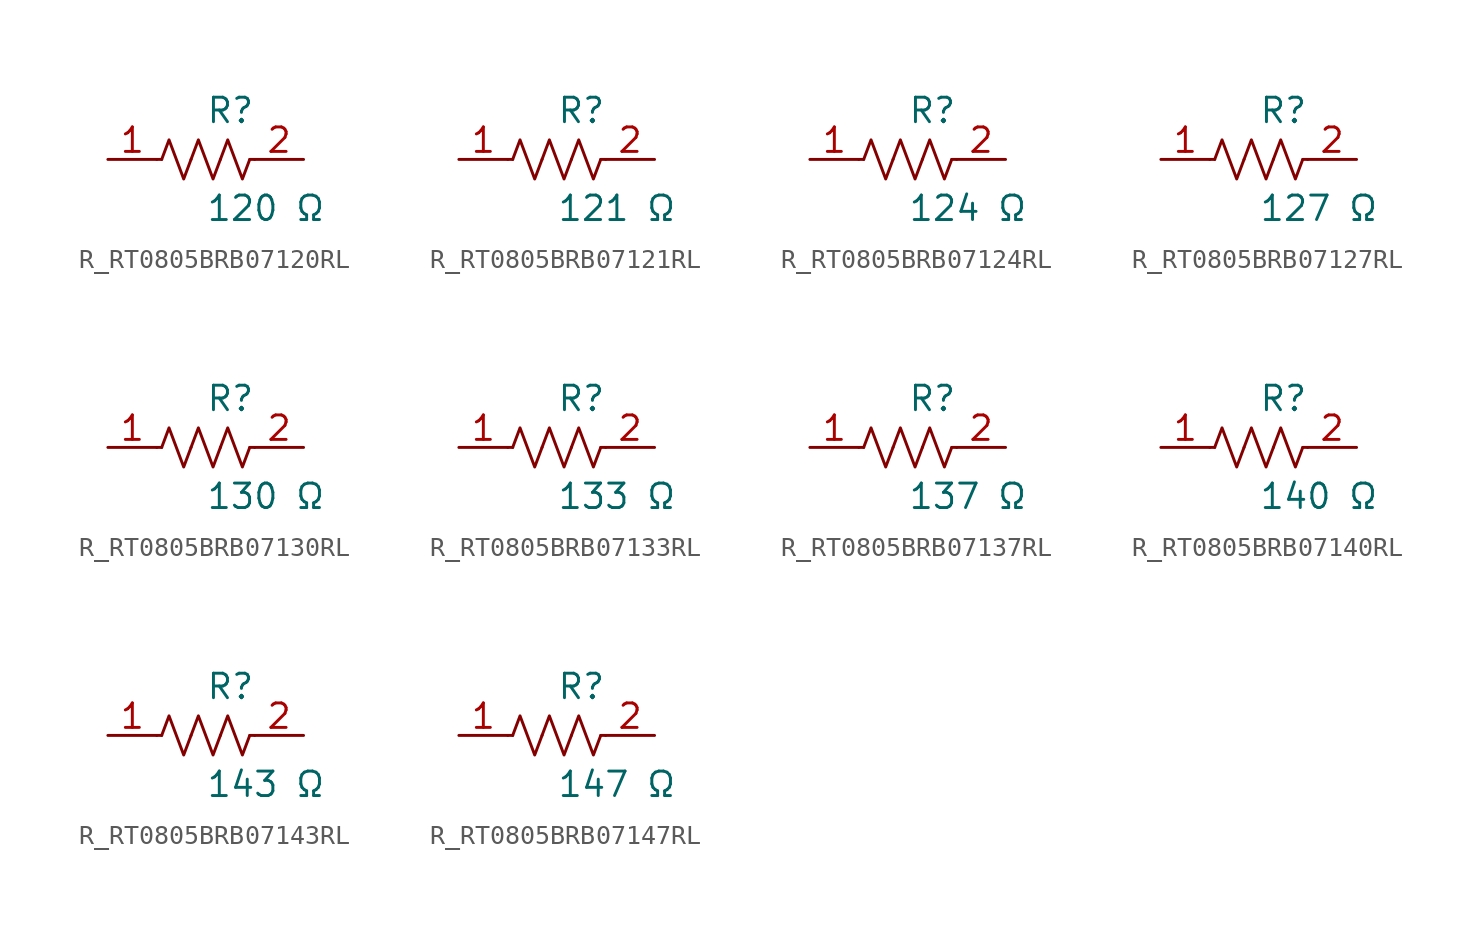
<source format=kicad_sym>
(kicad_symbol_lib
  (version 20231120)
  (generator kicad_symbol_editor)
  (generator_version 8.0)
  (symbol "R_RT0805BRB07120RL"
    (pin_names
      (offset 0.254))
    (property "Reference" "R"
      (at 0.0 2.54 0)
      (effects (font (size 1.27 1.27)) (justify left)))
    (property "Value" "120 Ω"
      (at 0.0 -2.54 0)
      (effects (font (size 1.27 1.27)) (justify left)))
    (symbol "R_RT0805BRB07120RL_0_1"
      (polyline (pts (xy 2.286 0) (xy 2.54 0)) (stroke (width 0) (type default)) (fill (type none)))
      (polyline (pts (xy -2.286 0) (xy -2.54 0)) (stroke (width 0) (type default)) (fill (type none)))
      (polyline (pts (xy 0.762 0) (xy 1.143 1.016) (xy 1.524 0) (xy 1.905 -1.016) (xy 2.286 0)) (stroke (width 0) (type default)) (fill (type none)))
      (polyline (pts (xy -0.762 0) (xy -0.381 1.016) (xy 0 0) (xy 0.381 -1.016) (xy 0.762 0)) (stroke (width 0) (type default)) (fill (type none)))
      (polyline (pts (xy -2.286 0) (xy -1.905 1.016) (xy -1.524 0) (xy -1.143 -1.016) (xy -0.762 0)) (stroke (width 0) (type default)) (fill (type none))))
    (pin unspecified line
      (at -5.08 0 0)
      (length 2.54)
      (name "" (effects (font (size 1.27 1.27))))
      (number "1" (effects (font (size 1.27 1.27)))))
    (pin unspecified line
      (at 5.08 0 180)
      (length 2.54)
      (name "" (effects (font (size 1.27 1.27))))
      (number "2" (effects (font (size 1.27 1.27))))))
  (symbol "R_RT0805BRB07121RL"
    (pin_names
      (offset 0.254))
    (property "Reference" "R"
      (at 0.0 2.54 0)
      (effects (font (size 1.27 1.27)) (justify left)))
    (property "Value" "121 Ω"
      (at 0.0 -2.54 0)
      (effects (font (size 1.27 1.27)) (justify left)))
    (symbol "R_RT0805BRB07121RL_0_1"
      (polyline (pts (xy 2.286 0) (xy 2.54 0)) (stroke (width 0) (type default)) (fill (type none)))
      (polyline (pts (xy -2.286 0) (xy -2.54 0)) (stroke (width 0) (type default)) (fill (type none)))
      (polyline (pts (xy 0.762 0) (xy 1.143 1.016) (xy 1.524 0) (xy 1.905 -1.016) (xy 2.286 0)) (stroke (width 0) (type default)) (fill (type none)))
      (polyline (pts (xy -0.762 0) (xy -0.381 1.016) (xy 0 0) (xy 0.381 -1.016) (xy 0.762 0)) (stroke (width 0) (type default)) (fill (type none)))
      (polyline (pts (xy -2.286 0) (xy -1.905 1.016) (xy -1.524 0) (xy -1.143 -1.016) (xy -0.762 0)) (stroke (width 0) (type default)) (fill (type none))))
    (pin unspecified line
      (at -5.08 0 0)
      (length 2.54)
      (name "" (effects (font (size 1.27 1.27))))
      (number "1" (effects (font (size 1.27 1.27)))))
    (pin unspecified line
      (at 5.08 0 180)
      (length 2.54)
      (name "" (effects (font (size 1.27 1.27))))
      (number "2" (effects (font (size 1.27 1.27))))))
  (symbol "R_RT0805BRB07124RL"
    (pin_names
      (offset 0.254))
    (property "Reference" "R"
      (at 0.0 2.54 0)
      (effects (font (size 1.27 1.27)) (justify left)))
    (property "Value" "124 Ω"
      (at 0.0 -2.54 0)
      (effects (font (size 1.27 1.27)) (justify left)))
    (symbol "R_RT0805BRB07124RL_0_1"
      (polyline (pts (xy 2.286 0) (xy 2.54 0)) (stroke (width 0) (type default)) (fill (type none)))
      (polyline (pts (xy -2.286 0) (xy -2.54 0)) (stroke (width 0) (type default)) (fill (type none)))
      (polyline (pts (xy 0.762 0) (xy 1.143 1.016) (xy 1.524 0) (xy 1.905 -1.016) (xy 2.286 0)) (stroke (width 0) (type default)) (fill (type none)))
      (polyline (pts (xy -0.762 0) (xy -0.381 1.016) (xy 0 0) (xy 0.381 -1.016) (xy 0.762 0)) (stroke (width 0) (type default)) (fill (type none)))
      (polyline (pts (xy -2.286 0) (xy -1.905 1.016) (xy -1.524 0) (xy -1.143 -1.016) (xy -0.762 0)) (stroke (width 0) (type default)) (fill (type none))))
    (pin unspecified line
      (at -5.08 0 0)
      (length 2.54)
      (name "" (effects (font (size 1.27 1.27))))
      (number "1" (effects (font (size 1.27 1.27)))))
    (pin unspecified line
      (at 5.08 0 180)
      (length 2.54)
      (name "" (effects (font (size 1.27 1.27))))
      (number "2" (effects (font (size 1.27 1.27))))))
  (symbol "R_RT0805BRB07127RL"
    (pin_names
      (offset 0.254))
    (property "Reference" "R"
      (at 0.0 2.54 0)
      (effects (font (size 1.27 1.27)) (justify left)))
    (property "Value" "127 Ω"
      (at 0.0 -2.54 0)
      (effects (font (size 1.27 1.27)) (justify left)))
    (symbol "R_RT0805BRB07127RL_0_1"
      (polyline (pts (xy 2.286 0) (xy 2.54 0)) (stroke (width 0) (type default)) (fill (type none)))
      (polyline (pts (xy -2.286 0) (xy -2.54 0)) (stroke (width 0) (type default)) (fill (type none)))
      (polyline (pts (xy 0.762 0) (xy 1.143 1.016) (xy 1.524 0) (xy 1.905 -1.016) (xy 2.286 0)) (stroke (width 0) (type default)) (fill (type none)))
      (polyline (pts (xy -0.762 0) (xy -0.381 1.016) (xy 0 0) (xy 0.381 -1.016) (xy 0.762 0)) (stroke (width 0) (type default)) (fill (type none)))
      (polyline (pts (xy -2.286 0) (xy -1.905 1.016) (xy -1.524 0) (xy -1.143 -1.016) (xy -0.762 0)) (stroke (width 0) (type default)) (fill (type none))))
    (pin unspecified line
      (at -5.08 0 0)
      (length 2.54)
      (name "" (effects (font (size 1.27 1.27))))
      (number "1" (effects (font (size 1.27 1.27)))))
    (pin unspecified line
      (at 5.08 0 180)
      (length 2.54)
      (name "" (effects (font (size 1.27 1.27))))
      (number "2" (effects (font (size 1.27 1.27))))))
  (symbol "R_RT0805BRB07130RL"
    (pin_names
      (offset 0.254))
    (property "Reference" "R"
      (at 0.0 2.54 0)
      (effects (font (size 1.27 1.27)) (justify left)))
    (property "Value" "130 Ω"
      (at 0.0 -2.54 0)
      (effects (font (size 1.27 1.27)) (justify left)))
    (symbol "R_RT0805BRB07130RL_0_1"
      (polyline (pts (xy 2.286 0) (xy 2.54 0)) (stroke (width 0) (type default)) (fill (type none)))
      (polyline (pts (xy -2.286 0) (xy -2.54 0)) (stroke (width 0) (type default)) (fill (type none)))
      (polyline (pts (xy 0.762 0) (xy 1.143 1.016) (xy 1.524 0) (xy 1.905 -1.016) (xy 2.286 0)) (stroke (width 0) (type default)) (fill (type none)))
      (polyline (pts (xy -0.762 0) (xy -0.381 1.016) (xy 0 0) (xy 0.381 -1.016) (xy 0.762 0)) (stroke (width 0) (type default)) (fill (type none)))
      (polyline (pts (xy -2.286 0) (xy -1.905 1.016) (xy -1.524 0) (xy -1.143 -1.016) (xy -0.762 0)) (stroke (width 0) (type default)) (fill (type none))))
    (pin unspecified line
      (at -5.08 0 0)
      (length 2.54)
      (name "" (effects (font (size 1.27 1.27))))
      (number "1" (effects (font (size 1.27 1.27)))))
    (pin unspecified line
      (at 5.08 0 180)
      (length 2.54)
      (name "" (effects (font (size 1.27 1.27))))
      (number "2" (effects (font (size 1.27 1.27))))))
  (symbol "R_RT0805BRB07133RL"
    (pin_names
      (offset 0.254))
    (property "Reference" "R"
      (at 0.0 2.54 0)
      (effects (font (size 1.27 1.27)) (justify left)))
    (property "Value" "133 Ω"
      (at 0.0 -2.54 0)
      (effects (font (size 1.27 1.27)) (justify left)))
    (symbol "R_RT0805BRB07133RL_0_1"
      (polyline (pts (xy 2.286 0) (xy 2.54 0)) (stroke (width 0) (type default)) (fill (type none)))
      (polyline (pts (xy -2.286 0) (xy -2.54 0)) (stroke (width 0) (type default)) (fill (type none)))
      (polyline (pts (xy 0.762 0) (xy 1.143 1.016) (xy 1.524 0) (xy 1.905 -1.016) (xy 2.286 0)) (stroke (width 0) (type default)) (fill (type none)))
      (polyline (pts (xy -0.762 0) (xy -0.381 1.016) (xy 0 0) (xy 0.381 -1.016) (xy 0.762 0)) (stroke (width 0) (type default)) (fill (type none)))
      (polyline (pts (xy -2.286 0) (xy -1.905 1.016) (xy -1.524 0) (xy -1.143 -1.016) (xy -0.762 0)) (stroke (width 0) (type default)) (fill (type none))))
    (pin unspecified line
      (at -5.08 0 0)
      (length 2.54)
      (name "" (effects (font (size 1.27 1.27))))
      (number "1" (effects (font (size 1.27 1.27)))))
    (pin unspecified line
      (at 5.08 0 180)
      (length 2.54)
      (name "" (effects (font (size 1.27 1.27))))
      (number "2" (effects (font (size 1.27 1.27))))))
  (symbol "R_RT0805BRB07137RL"
    (pin_names
      (offset 0.254))
    (property "Reference" "R"
      (at 0.0 2.54 0)
      (effects (font (size 1.27 1.27)) (justify left)))
    (property "Value" "137 Ω"
      (at 0.0 -2.54 0)
      (effects (font (size 1.27 1.27)) (justify left)))
    (symbol "R_RT0805BRB07137RL_0_1"
      (polyline (pts (xy 2.286 0) (xy 2.54 0)) (stroke (width 0) (type default)) (fill (type none)))
      (polyline (pts (xy -2.286 0) (xy -2.54 0)) (stroke (width 0) (type default)) (fill (type none)))
      (polyline (pts (xy 0.762 0) (xy 1.143 1.016) (xy 1.524 0) (xy 1.905 -1.016) (xy 2.286 0)) (stroke (width 0) (type default)) (fill (type none)))
      (polyline (pts (xy -0.762 0) (xy -0.381 1.016) (xy 0 0) (xy 0.381 -1.016) (xy 0.762 0)) (stroke (width 0) (type default)) (fill (type none)))
      (polyline (pts (xy -2.286 0) (xy -1.905 1.016) (xy -1.524 0) (xy -1.143 -1.016) (xy -0.762 0)) (stroke (width 0) (type default)) (fill (type none))))
    (pin unspecified line
      (at -5.08 0 0)
      (length 2.54)
      (name "" (effects (font (size 1.27 1.27))))
      (number "1" (effects (font (size 1.27 1.27)))))
    (pin unspecified line
      (at 5.08 0 180)
      (length 2.54)
      (name "" (effects (font (size 1.27 1.27))))
      (number "2" (effects (font (size 1.27 1.27))))))
  (symbol "R_RT0805BRB07140RL"
    (pin_names
      (offset 0.254))
    (property "Reference" "R"
      (at 0.0 2.54 0)
      (effects (font (size 1.27 1.27)) (justify left)))
    (property "Value" "140 Ω"
      (at 0.0 -2.54 0)
      (effects (font (size 1.27 1.27)) (justify left)))
    (symbol "R_RT0805BRB07140RL_0_1"
      (polyline (pts (xy 2.286 0) (xy 2.54 0)) (stroke (width 0) (type default)) (fill (type none)))
      (polyline (pts (xy -2.286 0) (xy -2.54 0)) (stroke (width 0) (type default)) (fill (type none)))
      (polyline (pts (xy 0.762 0) (xy 1.143 1.016) (xy 1.524 0) (xy 1.905 -1.016) (xy 2.286 0)) (stroke (width 0) (type default)) (fill (type none)))
      (polyline (pts (xy -0.762 0) (xy -0.381 1.016) (xy 0 0) (xy 0.381 -1.016) (xy 0.762 0)) (stroke (width 0) (type default)) (fill (type none)))
      (polyline (pts (xy -2.286 0) (xy -1.905 1.016) (xy -1.524 0) (xy -1.143 -1.016) (xy -0.762 0)) (stroke (width 0) (type default)) (fill (type none))))
    (pin unspecified line
      (at -5.08 0 0)
      (length 2.54)
      (name "" (effects (font (size 1.27 1.27))))
      (number "1" (effects (font (size 1.27 1.27)))))
    (pin unspecified line
      (at 5.08 0 180)
      (length 2.54)
      (name "" (effects (font (size 1.27 1.27))))
      (number "2" (effects (font (size 1.27 1.27))))))
  (symbol "R_RT0805BRB07143RL"
    (pin_names
      (offset 0.254))
    (property "Reference" "R"
      (at 0.0 2.54 0)
      (effects (font (size 1.27 1.27)) (justify left)))
    (property "Value" "143 Ω"
      (at 0.0 -2.54 0)
      (effects (font (size 1.27 1.27)) (justify left)))
    (symbol "R_RT0805BRB07143RL_0_1"
      (polyline (pts (xy 2.286 0) (xy 2.54 0)) (stroke (width 0) (type default)) (fill (type none)))
      (polyline (pts (xy -2.286 0) (xy -2.54 0)) (stroke (width 0) (type default)) (fill (type none)))
      (polyline (pts (xy 0.762 0) (xy 1.143 1.016) (xy 1.524 0) (xy 1.905 -1.016) (xy 2.286 0)) (stroke (width 0) (type default)) (fill (type none)))
      (polyline (pts (xy -0.762 0) (xy -0.381 1.016) (xy 0 0) (xy 0.381 -1.016) (xy 0.762 0)) (stroke (width 0) (type default)) (fill (type none)))
      (polyline (pts (xy -2.286 0) (xy -1.905 1.016) (xy -1.524 0) (xy -1.143 -1.016) (xy -0.762 0)) (stroke (width 0) (type default)) (fill (type none))))
    (pin unspecified line
      (at -5.08 0 0)
      (length 2.54)
      (name "" (effects (font (size 1.27 1.27))))
      (number "1" (effects (font (size 1.27 1.27)))))
    (pin unspecified line
      (at 5.08 0 180)
      (length 2.54)
      (name "" (effects (font (size 1.27 1.27))))
      (number "2" (effects (font (size 1.27 1.27))))))
  (symbol "R_RT0805BRB07147RL"
    (pin_names
      (offset 0.254))
    (property "Reference" "R"
      (at 0.0 2.54 0)
      (effects (font (size 1.27 1.27)) (justify left)))
    (property "Value" "147 Ω"
      (at 0.0 -2.54 0)
      (effects (font (size 1.27 1.27)) (justify left)))
    (symbol "R_RT0805BRB07147RL_0_1"
      (polyline (pts (xy 2.286 0) (xy 2.54 0)) (stroke (width 0) (type default)) (fill (type none)))
      (polyline (pts (xy -2.286 0) (xy -2.54 0)) (stroke (width 0) (type default)) (fill (type none)))
      (polyline (pts (xy 0.762 0) (xy 1.143 1.016) (xy 1.524 0) (xy 1.905 -1.016) (xy 2.286 0)) (stroke (width 0) (type default)) (fill (type none)))
      (polyline (pts (xy -0.762 0) (xy -0.381 1.016) (xy 0 0) (xy 0.381 -1.016) (xy 0.762 0)) (stroke (width 0) (type default)) (fill (type none)))
      (polyline (pts (xy -2.286 0) (xy -1.905 1.016) (xy -1.524 0) (xy -1.143 -1.016) (xy -0.762 0)) (stroke (width 0) (type default)) (fill (type none))))
    (pin unspecified line
      (at -5.08 0 0)
      (length 2.54)
      (name "" (effects (font (size 1.27 1.27))))
      (number "1" (effects (font (size 1.27 1.27)))))
    (pin unspecified line
      (at 5.08 0 180)
      (length 2.54)
      (name "" (effects (font (size 1.27 1.27))))
      (number "2" (effects (font (size 1.27 1.27)))))))
</source>
